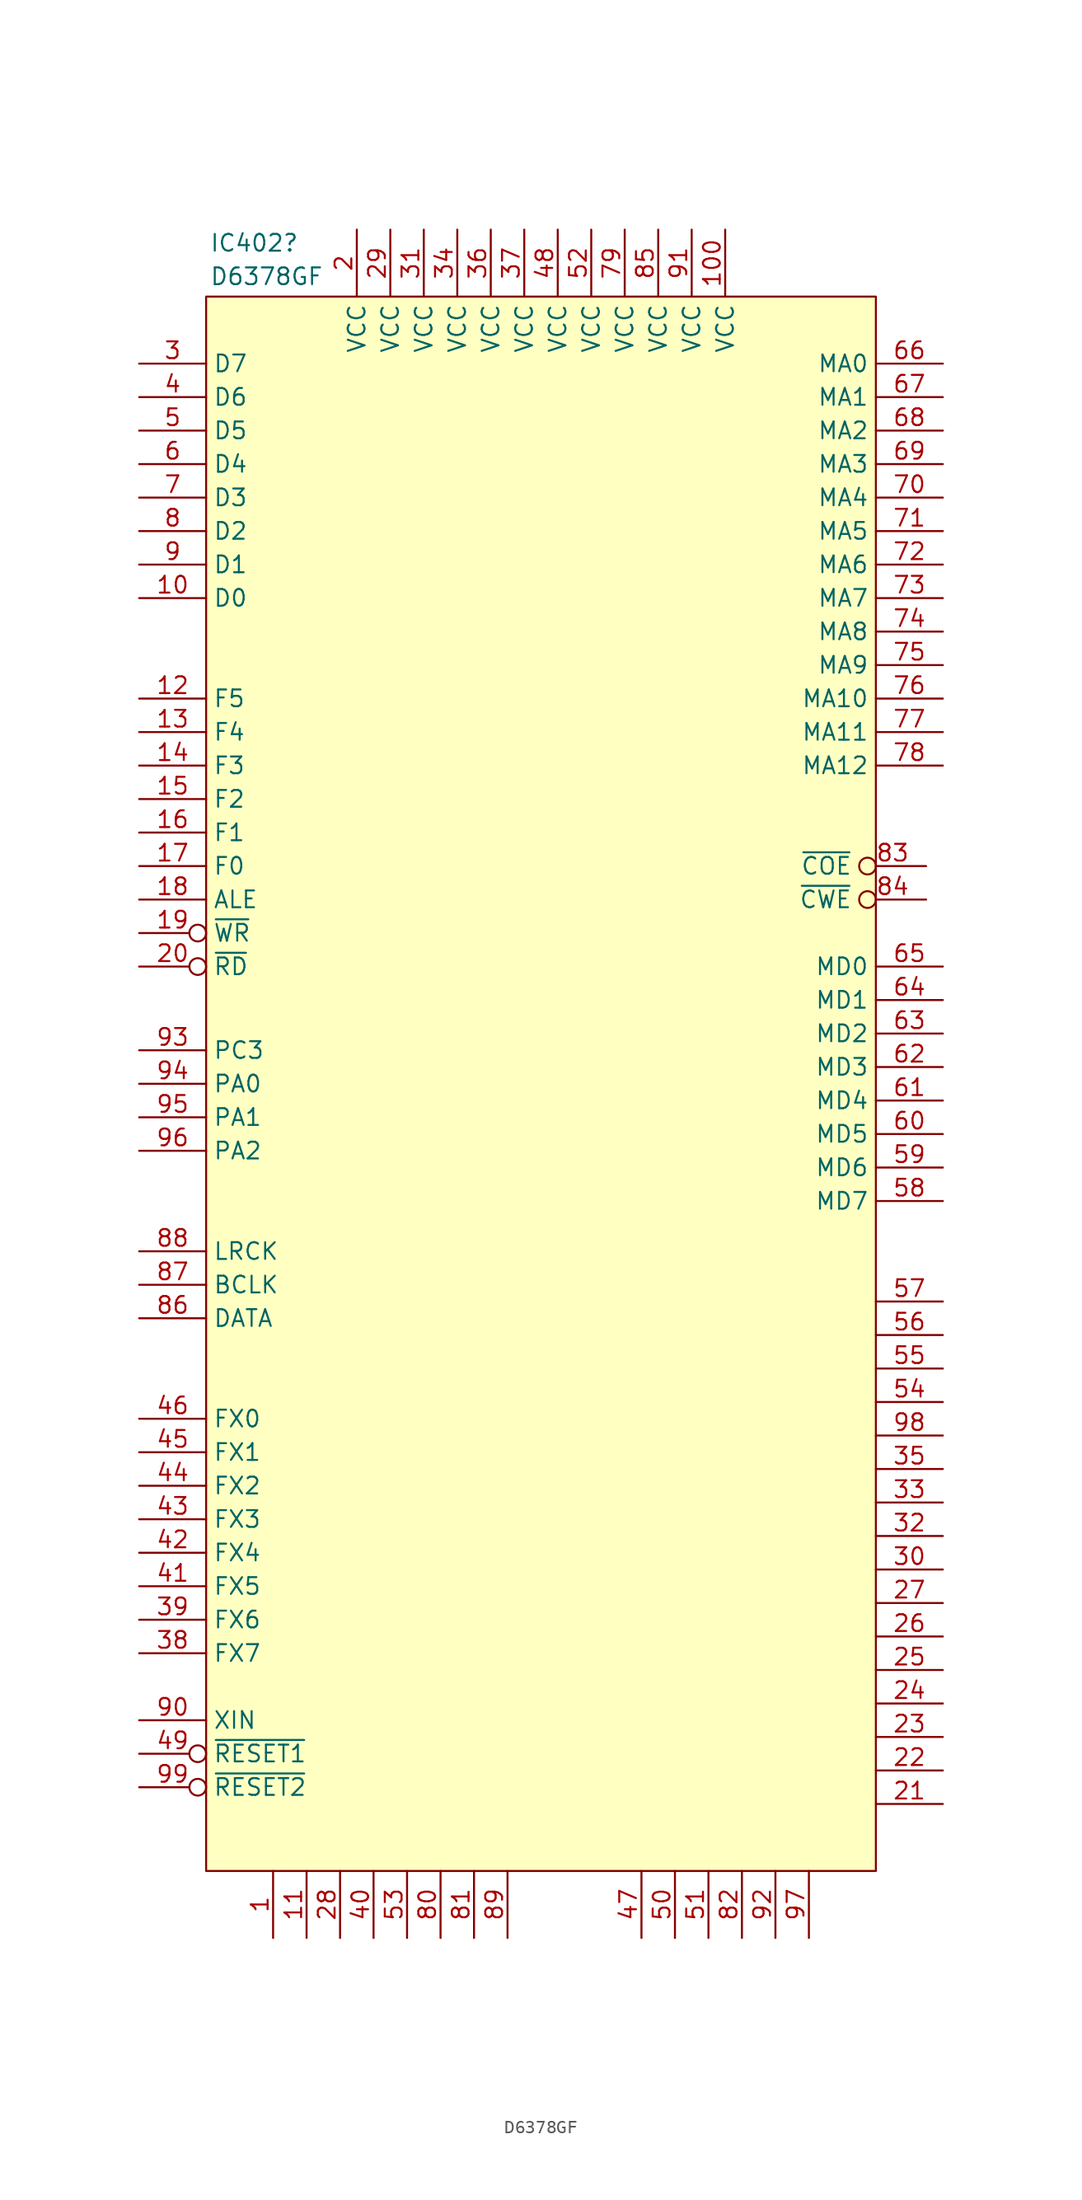
<source format=kicad_sym>
(kicad_symbol_lib
  (version 20231120)
  (generator "kicad_symbol_editor")
  (generator_version "8.0")
  (symbol "D6378GF"
    (property "Reference" "IC402"
      (at -25.146 63.754 0)
      (effects (font (size 1.27 1.27)) (justify left)))
    (property "Value" "D6378GF"
      (at -25.146 61.214 0)
      (effects (font (size 1.27 1.27)) (justify left)))
    (symbol "D6378GF_1_1"
      (rectangle (start -25.4 59.69) (end 25.4 -59.69) (stroke (width 0) (type default)) (fill (type background)))
      (pin passive line (at -20.32 -64.77 90) (length 5.08) (name "" (effects (font (size 1.27 1.27)))) (number "1" (effects (font (size 1.27 1.27)))))
      (pin passive line (at -30.48 36.83 0) (length 5.08) (name "D0" (effects (font (size 1.27 1.27)))) (number "10" (effects (font (size 1.27 1.27)))))
      (pin passive line (at 13.97 64.77 270) (length 5.08) (name "VCC" (effects (font (size 1.27 1.27)))) (number "100" (effects (font (size 1.27 1.27)))))
      (pin passive line (at -17.78 -64.77 90) (length 5.08) (name "" (effects (font (size 1.27 1.27)))) (number "11" (effects (font (size 1.27 1.27)))))
      (pin passive line (at -30.48 29.21 0) (length 5.08) (name "F5" (effects (font (size 1.27 1.27)))) (number "12" (effects (font (size 1.27 1.27)))))
      (pin passive line (at -30.48 26.67 0) (length 5.08) (name "F4" (effects (font (size 1.27 1.27)))) (number "13" (effects (font (size 1.27 1.27)))))
      (pin passive line (at -30.48 24.13 0) (length 5.08) (name "F3" (effects (font (size 1.27 1.27)))) (number "14" (effects (font (size 1.27 1.27)))))
      (pin passive line (at -30.48 21.59 0) (length 5.08) (name "F2" (effects (font (size 1.27 1.27)))) (number "15" (effects (font (size 1.27 1.27)))))
      (pin passive line (at -30.48 19.05 0) (length 5.08) (name "F1" (effects (font (size 1.27 1.27)))) (number "16" (effects (font (size 1.27 1.27)))))
      (pin passive line (at -30.48 16.51 0) (length 5.08) (name "F0" (effects (font (size 1.27 1.27)))) (number "17" (effects (font (size 1.27 1.27)))))
      (pin passive line (at -30.48 13.97 0) (length 5.08) (name "ALE" (effects (font (size 1.27 1.27)))) (number "18" (effects (font (size 1.27 1.27)))))
      (pin passive inverted (at -30.48 11.43 0) (length 5.08) (name "~{WR}" (effects (font (size 1.27 1.27)))) (number "19" (effects (font (size 1.27 1.27)))))
      (pin passive line (at -13.97 64.77 270) (length 5.08) (name "VCC" (effects (font (size 1.27 1.27)))) (number "2" (effects (font (size 1.27 1.27)))))
      (pin passive inverted (at -30.48 8.89 0) (length 5.08) (name "~{RD}" (effects (font (size 1.27 1.27)))) (number "20" (effects (font (size 1.27 1.27)))))
      (pin passive line (at 30.48 -54.61 180) (length 5.08) (name "" (effects (font (size 1.27 1.27)))) (number "21" (effects (font (size 1.27 1.27)))))
      (pin passive line (at 30.48 -52.07 180) (length 5.08) (name "" (effects (font (size 1.27 1.27)))) (number "22" (effects (font (size 1.27 1.27)))))
      (pin passive line (at 30.48 -49.53 180) (length 5.08) (name "" (effects (font (size 1.27 1.27)))) (number "23" (effects (font (size 1.27 1.27)))))
      (pin passive line (at 30.48 -46.99 180) (length 5.08) (name "" (effects (font (size 1.27 1.27)))) (number "24" (effects (font (size 1.27 1.27)))))
      (pin output line (at 30.48 -44.45 180) (length 5.08) (name "" (effects (font (size 1.27 1.27)))) (number "25" (effects (font (size 1.27 1.27)))))
      (pin output line (at 30.48 -41.91 180) (length 5.08) (name "" (effects (font (size 1.27 1.27)))) (number "26" (effects (font (size 1.27 1.27)))))
      (pin output line (at 30.48 -39.37 180) (length 5.08) (name "" (effects (font (size 1.27 1.27)))) (number "27" (effects (font (size 1.27 1.27)))))
      (pin passive line (at -15.24 -64.77 90) (length 5.08) (name "" (effects (font (size 1.27 1.27)))) (number "28" (effects (font (size 1.27 1.27)))))
      (pin passive line (at -11.43 64.77 270) (length 5.08) (name "VCC" (effects (font (size 1.27 1.27)))) (number "29" (effects (font (size 1.27 1.27)))))
      (pin passive line (at -30.48 54.61 0) (length 5.08) (name "D7" (effects (font (size 1.27 1.27)))) (number "3" (effects (font (size 1.27 1.27)))))
      (pin output line (at 30.48 -36.83 180) (length 5.08) (name "" (effects (font (size 1.27 1.27)))) (number "30" (effects (font (size 1.27 1.27)))))
      (pin passive line (at -8.89 64.77 270) (length 5.08) (name "VCC" (effects (font (size 1.27 1.27)))) (number "31" (effects (font (size 1.27 1.27)))))
      (pin passive line (at 30.48 -34.29 180) (length 5.08) (name "" (effects (font (size 1.27 1.27)))) (number "32" (effects (font (size 1.27 1.27)))))
      (pin passive line (at 30.48 -31.75 180) (length 5.08) (name "" (effects (font (size 1.27 1.27)))) (number "33" (effects (font (size 1.27 1.27)))))
      (pin passive line (at -6.35 64.77 270) (length 5.08) (name "VCC" (effects (font (size 1.27 1.27)))) (number "34" (effects (font (size 1.27 1.27)))))
      (pin passive line (at 30.48 -29.21 180) (length 5.08) (name "" (effects (font (size 1.27 1.27)))) (number "35" (effects (font (size 1.27 1.27)))))
      (pin passive line (at -3.81 64.77 270) (length 5.08) (name "VCC" (effects (font (size 1.27 1.27)))) (number "36" (effects (font (size 1.27 1.27)))))
      (pin passive line (at -1.27 64.77 270) (length 5.08) (name "VCC" (effects (font (size 1.27 1.27)))) (number "37" (effects (font (size 1.27 1.27)))))
      (pin passive line (at -30.48 -43.18 0) (length 5.08) (name "FX7" (effects (font (size 1.27 1.27)))) (number "38" (effects (font (size 1.27 1.27)))))
      (pin passive line (at -30.48 -40.64 0) (length 5.08) (name "FX6" (effects (font (size 1.27 1.27)))) (number "39" (effects (font (size 1.27 1.27)))))
      (pin passive line (at -30.48 52.07 0) (length 5.08) (name "D6" (effects (font (size 1.27 1.27)))) (number "4" (effects (font (size 1.27 1.27)))))
      (pin passive line (at -12.7 -64.77 90) (length 5.08) (name "" (effects (font (size 1.27 1.27)))) (number "40" (effects (font (size 1.27 1.27)))))
      (pin passive line (at -30.48 -38.1 0) (length 5.08) (name "FX5" (effects (font (size 1.27 1.27)))) (number "41" (effects (font (size 1.27 1.27)))))
      (pin passive line (at -30.48 -35.56 0) (length 5.08) (name "FX4" (effects (font (size 1.27 1.27)))) (number "42" (effects (font (size 1.27 1.27)))))
      (pin passive line (at -30.48 -33.02 0) (length 5.08) (name "FX3" (effects (font (size 1.27 1.27)))) (number "43" (effects (font (size 1.27 1.27)))))
      (pin passive line (at -30.48 -30.48 0) (length 5.08) (name "FX2" (effects (font (size 1.27 1.27)))) (number "44" (effects (font (size 1.27 1.27)))))
      (pin passive line (at -30.48 -27.94 0) (length 5.08) (name "FX1" (effects (font (size 1.27 1.27)))) (number "45" (effects (font (size 1.27 1.27)))))
      (pin passive line (at -30.48 -25.4 0) (length 5.08) (name "FX0" (effects (font (size 1.27 1.27)))) (number "46" (effects (font (size 1.27 1.27)))))
      (pin passive line (at 7.62 -64.77 90) (length 5.08) (name "" (effects (font (size 1.27 1.27)))) (number "47" (effects (font (size 1.27 1.27)))))
      (pin passive line (at 1.27 64.77 270) (length 5.08) (name "VCC" (effects (font (size 1.27 1.27)))) (number "48" (effects (font (size 1.27 1.27)))))
      (pin passive inverted (at -30.48 -50.8 0) (length 5.08) (name "~{RESET1}" (effects (font (size 1.27 1.27)))) (number "49" (effects (font (size 1.27 1.27)))))
      (pin passive line (at -30.48 49.53 0) (length 5.08) (name "D5" (effects (font (size 1.27 1.27)))) (number "5" (effects (font (size 1.27 1.27)))))
      (pin passive line (at 10.16 -64.77 90) (length 5.08) (name "" (effects (font (size 1.27 1.27)))) (number "50" (effects (font (size 1.27 1.27)))))
      (pin passive line (at 12.7 -64.77 90) (length 5.08) (name "" (effects (font (size 1.27 1.27)))) (number "51" (effects (font (size 1.27 1.27)))))
      (pin passive line (at 3.81 64.77 270) (length 5.08) (name "VCC" (effects (font (size 1.27 1.27)))) (number "52" (effects (font (size 1.27 1.27)))))
      (pin passive line (at -10.16 -64.77 90) (length 5.08) (name "" (effects (font (size 1.27 1.27)))) (number "53" (effects (font (size 1.27 1.27)))))
      (pin passive line (at 30.48 -24.13 180) (length 5.08) (name "" (effects (font (size 1.27 1.27)))) (number "54" (effects (font (size 1.27 1.27)))))
      (pin passive line (at 30.48 -21.59 180) (length 5.08) (name "" (effects (font (size 1.27 1.27)))) (number "55" (effects (font (size 1.27 1.27)))))
      (pin passive line (at 30.48 -19.05 180) (length 5.08) (name "" (effects (font (size 1.27 1.27)))) (number "56" (effects (font (size 1.27 1.27)))))
      (pin passive line (at 30.48 -16.51 180) (length 5.08) (name "" (effects (font (size 1.27 1.27)))) (number "57" (effects (font (size 1.27 1.27)))))
      (pin bidirectional line (at 30.48 -8.89 180) (length 5.08) (name "MD7" (effects (font (size 1.27 1.27)))) (number "58" (effects (font (size 1.27 1.27)))))
      (pin bidirectional line (at 30.48 -6.35 180) (length 5.08) (name "MD6" (effects (font (size 1.27 1.27)))) (number "59" (effects (font (size 1.27 1.27)))))
      (pin passive line (at -30.48 46.99 0) (length 5.08) (name "D4" (effects (font (size 1.27 1.27)))) (number "6" (effects (font (size 1.27 1.27)))))
      (pin bidirectional line (at 30.48 -3.81 180) (length 5.08) (name "MD5" (effects (font (size 1.27 1.27)))) (number "60" (effects (font (size 1.27 1.27)))))
      (pin bidirectional line (at 30.48 -1.27 180) (length 5.08) (name "MD4" (effects (font (size 1.27 1.27)))) (number "61" (effects (font (size 1.27 1.27)))))
      (pin bidirectional line (at 30.48 1.27 180) (length 5.08) (name "MD3" (effects (font (size 1.27 1.27)))) (number "62" (effects (font (size 1.27 1.27)))))
      (pin bidirectional line (at 30.48 3.81 180) (length 5.08) (name "MD2" (effects (font (size 1.27 1.27)))) (number "63" (effects (font (size 1.27 1.27)))))
      (pin bidirectional line (at 30.48 6.35 180) (length 5.08) (name "MD1" (effects (font (size 1.27 1.27)))) (number "64" (effects (font (size 1.27 1.27)))))
      (pin bidirectional line (at 30.48 8.89 180) (length 5.08) (name "MD0" (effects (font (size 1.27 1.27)))) (number "65" (effects (font (size 1.27 1.27)))))
      (pin output line (at 30.48 54.61 180) (length 5.08) (name "MA0" (effects (font (size 1.27 1.27)))) (number "66" (effects (font (size 1.27 1.27)))))
      (pin output line (at 30.48 52.07 180) (length 5.08) (name "MA1" (effects (font (size 1.27 1.27)))) (number "67" (effects (font (size 1.27 1.27)))))
      (pin output line (at 30.48 49.53 180) (length 5.08) (name "MA2" (effects (font (size 1.27 1.27)))) (number "68" (effects (font (size 1.27 1.27)))))
      (pin output line (at 30.48 46.99 180) (length 5.08) (name "MA3" (effects (font (size 1.27 1.27)))) (number "69" (effects (font (size 1.27 1.27)))))
      (pin passive line (at -30.48 44.45 0) (length 5.08) (name "D3" (effects (font (size 1.27 1.27)))) (number "7" (effects (font (size 1.27 1.27)))))
      (pin output line (at 30.48 44.45 180) (length 5.08) (name "MA4" (effects (font (size 1.27 1.27)))) (number "70" (effects (font (size 1.27 1.27)))))
      (pin output line (at 30.48 41.91 180) (length 5.08) (name "MA5" (effects (font (size 1.27 1.27)))) (number "71" (effects (font (size 1.27 1.27)))))
      (pin output line (at 30.48 39.37 180) (length 5.08) (name "MA6" (effects (font (size 1.27 1.27)))) (number "72" (effects (font (size 1.27 1.27)))))
      (pin output line (at 30.48 36.83 180) (length 5.08) (name "MA7" (effects (font (size 1.27 1.27)))) (number "73" (effects (font (size 1.27 1.27)))))
      (pin output line (at 30.48 34.29 180) (length 5.08) (name "MA8" (effects (font (size 1.27 1.27)))) (number "74" (effects (font (size 1.27 1.27)))))
      (pin output line (at 30.48 31.75 180) (length 5.08) (name "MA9" (effects (font (size 1.27 1.27)))) (number "75" (effects (font (size 1.27 1.27)))))
      (pin output line (at 30.48 29.21 180) (length 5.08) (name "MA10" (effects (font (size 1.27 1.27)))) (number "76" (effects (font (size 1.27 1.27)))))
      (pin output line (at 30.48 26.67 180) (length 5.08) (name "MA11" (effects (font (size 1.27 1.27)))) (number "77" (effects (font (size 1.27 1.27)))))
      (pin output line (at 30.48 24.13 180) (length 5.08) (name "MA12" (effects (font (size 1.27 1.27)))) (number "78" (effects (font (size 1.27 1.27)))))
      (pin passive line (at 6.35 64.77 270) (length 5.08) (name "VCC" (effects (font (size 1.27 1.27)))) (number "79" (effects (font (size 1.27 1.27)))))
      (pin passive line (at -30.48 41.91 0) (length 5.08) (name "D2" (effects (font (size 1.27 1.27)))) (number "8" (effects (font (size 1.27 1.27)))))
      (pin passive line (at -7.62 -64.77 90) (length 5.08) (name "" (effects (font (size 1.27 1.27)))) (number "80" (effects (font (size 1.27 1.27)))))
      (pin passive line (at -5.08 -64.77 90) (length 5.08) (name "" (effects (font (size 1.27 1.27)))) (number "81" (effects (font (size 1.27 1.27)))))
      (pin passive line (at 15.24 -64.77 90) (length 5.08) (name "" (effects (font (size 1.27 1.27)))) (number "82" (effects (font (size 1.27 1.27)))))
      (pin passive inverted (at 29.21 16.51 180) (length 5.08) (name "~{COE}" (effects (font (size 1.27 1.27)))) (number "83" (effects (font (size 1.27 1.27)))))
      (pin passive inverted (at 29.21 13.97 180) (length 5.08) (name "~{CWE}" (effects (font (size 1.27 1.27)))) (number "84" (effects (font (size 1.27 1.27)))))
      (pin passive line (at 8.89 64.77 270) (length 5.08) (name "VCC" (effects (font (size 1.27 1.27)))) (number "85" (effects (font (size 1.27 1.27)))))
      (pin passive line (at -30.48 -17.78 0) (length 5.08) (name "DATA" (effects (font (size 1.27 1.27)))) (number "86" (effects (font (size 1.27 1.27)))))
      (pin passive line (at -30.48 -15.24 0) (length 5.08) (name "BCLK" (effects (font (size 1.27 1.27)))) (number "87" (effects (font (size 1.27 1.27)))))
      (pin passive line (at -30.48 -12.7 0) (length 5.08) (name "LRCK" (effects (font (size 1.27 1.27)))) (number "88" (effects (font (size 1.27 1.27)))))
      (pin passive line (at -2.54 -64.77 90) (length 5.08) (name "" (effects (font (size 1.27 1.27)))) (number "89" (effects (font (size 1.27 1.27)))))
      (pin passive line (at -30.48 39.37 0) (length 5.08) (name "D1" (effects (font (size 1.27 1.27)))) (number "9" (effects (font (size 1.27 1.27)))))
      (pin passive line (at -30.48 -48.26 0) (length 5.08) (name "XIN" (effects (font (size 1.27 1.27)))) (number "90" (effects (font (size 1.27 1.27)))))
      (pin passive line (at 11.43 64.77 270) (length 5.08) (name "VCC" (effects (font (size 1.27 1.27)))) (number "91" (effects (font (size 1.27 1.27)))))
      (pin passive line (at 17.78 -64.77 90) (length 5.08) (name "" (effects (font (size 1.27 1.27)))) (number "92" (effects (font (size 1.27 1.27)))))
      (pin passive line (at -30.48 2.54 0) (length 5.08) (name "PC3" (effects (font (size 1.27 1.27)))) (number "93" (effects (font (size 1.27 1.27)))))
      (pin passive line (at -30.48 0 0) (length 5.08) (name "PA0" (effects (font (size 1.27 1.27)))) (number "94" (effects (font (size 1.27 1.27)))))
      (pin passive line (at -30.48 -2.54 0) (length 5.08) (name "PA1" (effects (font (size 1.27 1.27)))) (number "95" (effects (font (size 1.27 1.27)))))
      (pin passive line (at -30.48 -5.08 0) (length 5.08) (name "PA2" (effects (font (size 1.27 1.27)))) (number "96" (effects (font (size 1.27 1.27)))))
      (pin passive line (at 20.32 -64.77 90) (length 5.08) (name "" (effects (font (size 1.27 1.27)))) (number "97" (effects (font (size 1.27 1.27)))))
      (pin passive line (at 30.48 -26.67 180) (length 5.08) (name "" (effects (font (size 1.27 1.27)))) (number "98" (effects (font (size 1.27 1.27)))))
      (pin passive inverted (at -30.48 -53.34 0) (length 5.08) (name "~{RESET2}" (effects (font (size 1.27 1.27)))) (number "99" (effects (font (size 1.27 1.27))))))))
</source>
